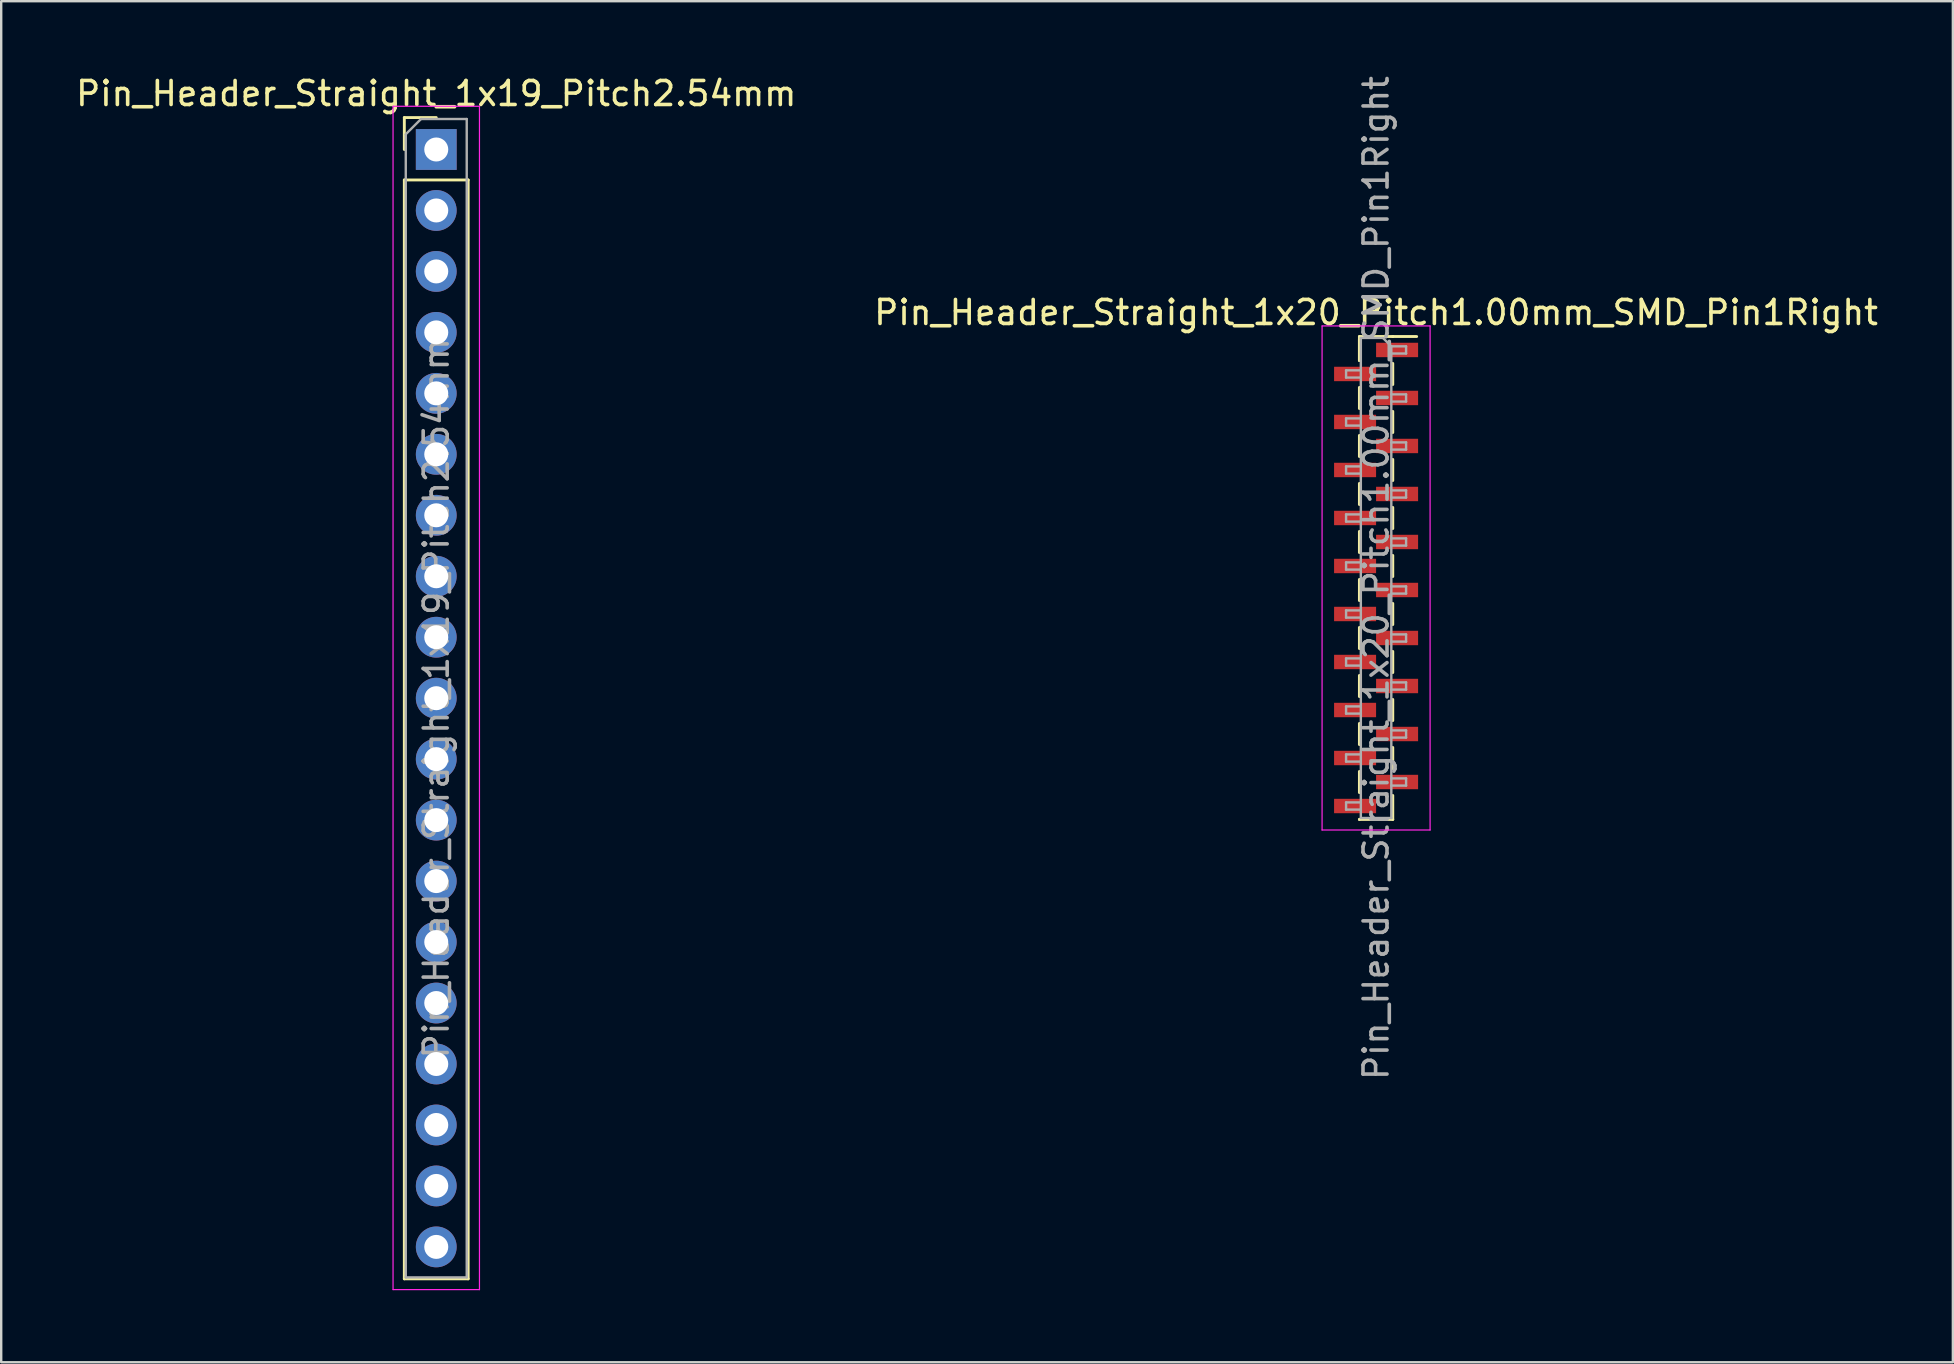
<source format=kicad_pcb>
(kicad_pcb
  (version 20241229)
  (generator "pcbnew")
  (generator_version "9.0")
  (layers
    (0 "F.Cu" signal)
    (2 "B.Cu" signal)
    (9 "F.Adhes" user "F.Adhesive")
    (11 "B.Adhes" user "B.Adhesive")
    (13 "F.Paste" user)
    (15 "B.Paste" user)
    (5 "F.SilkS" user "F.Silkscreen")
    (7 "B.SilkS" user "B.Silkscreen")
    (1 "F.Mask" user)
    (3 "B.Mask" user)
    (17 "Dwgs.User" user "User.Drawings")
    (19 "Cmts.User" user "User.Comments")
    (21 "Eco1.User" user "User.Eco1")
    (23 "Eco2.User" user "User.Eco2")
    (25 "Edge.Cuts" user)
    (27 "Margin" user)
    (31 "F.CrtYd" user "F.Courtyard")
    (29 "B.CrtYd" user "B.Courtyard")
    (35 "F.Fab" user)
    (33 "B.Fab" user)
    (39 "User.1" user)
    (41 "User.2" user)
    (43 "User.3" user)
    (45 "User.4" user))
  (footprint "Pin_Header_Straight_1x19_Pitch2.54mm"
    (layer "F.Cu")
    (at 15.125 3.178)
    (property "Reference" "Pin_Header_Straight_1x19_Pitch2.54mm" (at 0 -2.33 0) (layer "F.SilkS") (effects (font (size 1 1) (thickness 0.15))))
    (attr through_hole)
    (fp_line (start -1.33 -1.33) (end 0 -1.33) (stroke (width 0.12) (type solid)) (layer "F.SilkS"))
    (fp_line (start -1.33 0) (end -1.33 -1.33) (stroke (width 0.12) (type solid)) (layer "F.SilkS"))
    (fp_line (start -1.33 1.27) (end -1.33 47.05) (stroke (width 0.12) (type solid)) (layer "F.SilkS"))
    (fp_line (start -1.33 1.27) (end 1.33 1.27) (stroke (width 0.12) (type solid)) (layer "F.SilkS"))
    (fp_line (start -1.33 47.05) (end 1.33 47.05) (stroke (width 0.12) (type solid)) (layer "F.SilkS"))
    (fp_line (start 1.33 1.27) (end 1.33 47.05) (stroke (width 0.12) (type solid)) (layer "F.SilkS"))
    (fp_line (start -1.8 -1.8) (end -1.8 47.5) (stroke (width 0.05) (type solid)) (layer "F.CrtYd"))
    (fp_line (start -1.8 47.5) (end 1.8 47.5) (stroke (width 0.05) (type solid)) (layer "F.CrtYd"))
    (fp_line (start 1.8 -1.8) (end -1.8 -1.8) (stroke (width 0.05) (type solid)) (layer "F.CrtYd"))
    (fp_line (start 1.8 47.5) (end 1.8 -1.8) (stroke (width 0.05) (type solid)) (layer "F.CrtYd"))
    (fp_line (start -1.27 -0.635) (end -0.635 -1.27) (stroke (width 0.1) (type solid)) (layer "F.Fab"))
    (fp_line (start -1.27 46.99) (end -1.27 -0.635) (stroke (width 0.1) (type solid)) (layer "F.Fab"))
    (fp_line (start -0.635 -1.27) (end 1.27 -1.27) (stroke (width 0.1) (type solid)) (layer "F.Fab"))
    (fp_line (start 1.27 -1.27) (end 1.27 46.99) (stroke (width 0.1) (type solid)) (layer "F.Fab"))
    (fp_line (start 1.27 46.99) (end -1.27 46.99) (stroke (width 0.1) (type solid)) (layer "F.Fab"))
    (fp_text user "${REFERENCE}" (at 0 22.86 90) (layer "F.Fab") (effects (font (size 1 1) (thickness 0.15))))
    (pad "1" thru_hole rect (at 0 0) (size 1.7 1.7) (drill 1) (layers "*.Cu" "*.Mask"))
    (pad "2" thru_hole oval (at 0 2.54) (size 1.7 1.7) (drill 1) (layers "*.Cu" "*.Mask"))
    (pad "3" thru_hole oval (at 0 5.08) (size 1.7 1.7) (drill 1) (layers "*.Cu" "*.Mask"))
    (pad "4" thru_hole oval (at 0 7.62) (size 1.7 1.7) (drill 1) (layers "*.Cu" "*.Mask"))
    (pad "5" thru_hole oval (at 0 10.16) (size 1.7 1.7) (drill 1) (layers "*.Cu" "*.Mask"))
    (pad "6" thru_hole oval (at 0 12.7) (size 1.7 1.7) (drill 1) (layers "*.Cu" "*.Mask"))
    (pad "7" thru_hole oval (at 0 15.24) (size 1.7 1.7) (drill 1) (layers "*.Cu" "*.Mask"))
    (pad "8" thru_hole oval (at 0 17.78) (size 1.7 1.7) (drill 1) (layers "*.Cu" "*.Mask"))
    (pad "9" thru_hole oval (at 0 20.32) (size 1.7 1.7) (drill 1) (layers "*.Cu" "*.Mask"))
    (pad "10" thru_hole oval (at 0 22.86) (size 1.7 1.7) (drill 1) (layers "*.Cu" "*.Mask"))
    (pad "11" thru_hole oval (at 0 25.4) (size 1.7 1.7) (drill 1) (layers "*.Cu" "*.Mask"))
    (pad "12" thru_hole oval (at 0 27.94) (size 1.7 1.7) (drill 1) (layers "*.Cu" "*.Mask"))
    (pad "13" thru_hole oval (at 0 30.48) (size 1.7 1.7) (drill 1) (layers "*.Cu" "*.Mask"))
    (pad "14" thru_hole oval (at 0 33.02) (size 1.7 1.7) (drill 1) (layers "*.Cu" "*.Mask"))
    (pad "15" thru_hole oval (at 0 35.56) (size 1.7 1.7) (drill 1) (layers "*.Cu" "*.Mask"))
    (pad "16" thru_hole oval (at 0 38.1) (size 1.7 1.7) (drill 1) (layers "*.Cu" "*.Mask"))
    (pad "17" thru_hole oval (at 0 40.64) (size 1.7 1.7) (drill 1) (layers "*.Cu" "*.Mask"))
    (pad "18" thru_hole oval (at 0 43.18) (size 1.7 1.7) (drill 1) (layers "*.Cu" "*.Mask"))
    (pad "19" thru_hole oval (at 0 45.72) (size 1.7 1.7) (drill 1) (layers "*.Cu" "*.Mask")))
  (footprint "Pin_Header_Straight_1x20_Pitch1.00mm_SMD_Pin1Right"
    (layer "F.Cu")
    (at 54.28 21.03)
    (property "Reference" "Pin_Header_Straight_1x20_Pitch1.00mm_SMD_Pin1Right" (at 0 -11.06 0) (layer "F.SilkS") (effects (font (size 1 1) (thickness 0.15))))
    (attr smd)
    (fp_line (start -0.695 -10.06) (end -0.695 -9.06) (stroke (width 0.12) (type solid)) (layer "F.SilkS"))
    (fp_line (start -0.695 -10.06) (end 0.695 -10.06) (stroke (width 0.12) (type solid)) (layer "F.SilkS"))
    (fp_line (start -0.695 -9.94) (end -0.695 -9.06) (stroke (width 0.12) (type solid)) (layer "F.SilkS"))
    (fp_line (start -0.695 -7.94) (end -0.695 -7.06) (stroke (width 0.12) (type solid)) (layer "F.SilkS"))
    (fp_line (start -0.695 -5.94) (end -0.695 -5.06) (stroke (width 0.12) (type solid)) (layer "F.SilkS"))
    (fp_line (start -0.695 -3.94) (end -0.695 -3.06) (stroke (width 0.12) (type solid)) (layer "F.SilkS"))
    (fp_line (start -0.695 -1.94) (end -0.695 -1.06) (stroke (width 0.12) (type solid)) (layer "F.SilkS"))
    (fp_line (start -0.695 0.06) (end -0.695 0.94) (stroke (width 0.12) (type solid)) (layer "F.SilkS"))
    (fp_line (start -0.695 2.06) (end -0.695 2.94) (stroke (width 0.12) (type solid)) (layer "F.SilkS"))
    (fp_line (start -0.695 4.06) (end -0.695 4.94) (stroke (width 0.12) (type solid)) (layer "F.SilkS"))
    (fp_line (start -0.695 6.06) (end -0.695 6.94) (stroke (width 0.12) (type solid)) (layer "F.SilkS"))
    (fp_line (start -0.695 8.06) (end -0.695 8.94) (stroke (width 0.12) (type solid)) (layer "F.SilkS"))
    (fp_line (start -0.695 10.06) (end -0.695 10.06) (stroke (width 0.12) (type solid)) (layer "F.SilkS"))
    (fp_line (start -0.695 10.06) (end 0.695 10.06) (stroke (width 0.12) (type solid)) (layer "F.SilkS"))
    (fp_line (start 0.695 -10.06) (end 0.695 -10.06) (stroke (width 0.12) (type solid)) (layer "F.SilkS"))
    (fp_line (start 0.695 -10.06) (end 1.69 -10.06) (stroke (width 0.12) (type solid)) (layer "F.SilkS"))
    (fp_line (start 0.695 -8.94) (end 0.695 -8.06) (stroke (width 0.12) (type solid)) (layer "F.SilkS"))
    (fp_line (start 0.695 -6.94) (end 0.695 -6.06) (stroke (width 0.12) (type solid)) (layer "F.SilkS"))
    (fp_line (start 0.695 -4.94) (end 0.695 -4.06) (stroke (width 0.12) (type solid)) (layer "F.SilkS"))
    (fp_line (start 0.695 -2.94) (end 0.695 -2.06) (stroke (width 0.12) (type solid)) (layer "F.SilkS"))
    (fp_line (start 0.695 -0.94) (end 0.695 -0.06) (stroke (width 0.12) (type solid)) (layer "F.SilkS"))
    (fp_line (start 0.695 1.06) (end 0.695 1.94) (stroke (width 0.12) (type solid)) (layer "F.SilkS"))
    (fp_line (start 0.695 3.06) (end 0.695 3.94) (stroke (width 0.12) (type solid)) (layer "F.SilkS"))
    (fp_line (start 0.695 5.06) (end 0.695 5.94) (stroke (width 0.12) (type solid)) (layer "F.SilkS"))
    (fp_line (start 0.695 7.06) (end 0.695 7.94) (stroke (width 0.12) (type solid)) (layer "F.SilkS"))
    (fp_line (start 0.695 9.06) (end 0.695 10.06) (stroke (width 0.12) (type solid)) (layer "F.SilkS"))
    (fp_line (start -2.25 -10.5) (end -2.25 10.5) (stroke (width 0.05) (type solid)) (layer "F.CrtYd"))
    (fp_line (start -2.25 10.5) (end 2.25 10.5) (stroke (width 0.05) (type solid)) (layer "F.CrtYd"))
    (fp_line (start 2.25 -10.5) (end -2.25 -10.5) (stroke (width 0.05) (type solid)) (layer "F.CrtYd"))
    (fp_line (start 2.25 10.5) (end 2.25 -10.5) (stroke (width 0.05) (type solid)) (layer "F.CrtYd"))
    (fp_line (start -1.25 -8.65) (end -1.25 -8.35) (stroke (width 0.1) (type solid)) (layer "F.Fab"))
    (fp_line (start -1.25 -8.35) (end -0.635 -8.35) (stroke (width 0.1) (type solid)) (layer "F.Fab"))
    (fp_line (start -1.25 -6.65) (end -1.25 -6.35) (stroke (width 0.1) (type solid)) (layer "F.Fab"))
    (fp_line (start -1.25 -6.35) (end -0.635 -6.35) (stroke (width 0.1) (type solid)) (layer "F.Fab"))
    (fp_line (start -1.25 -4.65) (end -1.25 -4.35) (stroke (width 0.1) (type solid)) (layer "F.Fab"))
    (fp_line (start -1.25 -4.35) (end -0.635 -4.35) (stroke (width 0.1) (type solid)) (layer "F.Fab"))
    (fp_line (start -1.25 -2.65) (end -1.25 -2.35) (stroke (width 0.1) (type solid)) (layer "F.Fab"))
    (fp_line (start -1.25 -2.35) (end -0.635 -2.35) (stroke (width 0.1) (type solid)) (layer "F.Fab"))
    (fp_line (start -1.25 -0.65) (end -1.25 -0.35) (stroke (width 0.1) (type solid)) (layer "F.Fab"))
    (fp_line (start -1.25 -0.35) (end -0.635 -0.35) (stroke (width 0.1) (type solid)) (layer "F.Fab"))
    (fp_line (start -1.25 1.35) (end -1.25 1.65) (stroke (width 0.1) (type solid)) (layer "F.Fab"))
    (fp_line (start -1.25 1.65) (end -0.635 1.65) (stroke (width 0.1) (type solid)) (layer "F.Fab"))
    (fp_line (start -1.25 3.35) (end -1.25 3.65) (stroke (width 0.1) (type solid)) (layer "F.Fab"))
    (fp_line (start -1.25 3.65) (end -0.635 3.65) (stroke (width 0.1) (type solid)) (layer "F.Fab"))
    (fp_line (start -1.25 5.35) (end -1.25 5.65) (stroke (width 0.1) (type solid)) (layer "F.Fab"))
    (fp_line (start -1.25 5.65) (end -0.635 5.65) (stroke (width 0.1) (type solid)) (layer "F.Fab"))
    (fp_line (start -1.25 7.35) (end -1.25 7.65) (stroke (width 0.1) (type solid)) (layer "F.Fab"))
    (fp_line (start -1.25 7.65) (end -0.635 7.65) (stroke (width 0.1) (type solid)) (layer "F.Fab"))
    (fp_line (start -1.25 9.35) (end -1.25 9.65) (stroke (width 0.1) (type solid)) (layer "F.Fab"))
    (fp_line (start -1.25 9.65) (end -0.635 9.65) (stroke (width 0.1) (type solid)) (layer "F.Fab"))
    (fp_line (start -0.635 -10) (end -0.635 10) (stroke (width 0.1) (type solid)) (layer "F.Fab"))
    (fp_line (start -0.635 -10) (end 0.285 -10) (stroke (width 0.1) (type solid)) (layer "F.Fab"))
    (fp_line (start -0.635 -8.65) (end -1.25 -8.65) (stroke (width 0.1) (type solid)) (layer "F.Fab"))
    (fp_line (start -0.635 -6.65) (end -1.25 -6.65) (stroke (width 0.1) (type solid)) (layer "F.Fab"))
    (fp_line (start -0.635 -4.65) (end -1.25 -4.65) (stroke (width 0.1) (type solid)) (layer "F.Fab"))
    (fp_line (start -0.635 -2.65) (end -1.25 -2.65) (stroke (width 0.1) (type solid)) (layer "F.Fab"))
    (fp_line (start -0.635 -0.65) (end -1.25 -0.65) (stroke (width 0.1) (type solid)) (layer "F.Fab"))
    (fp_line (start -0.635 1.35) (end -1.25 1.35) (stroke (width 0.1) (type solid)) (layer "F.Fab"))
    (fp_line (start -0.635 3.35) (end -1.25 3.35) (stroke (width 0.1) (type solid)) (layer "F.Fab"))
    (fp_line (start -0.635 5.35) (end -1.25 5.35) (stroke (width 0.1) (type solid)) (layer "F.Fab"))
    (fp_line (start -0.635 7.35) (end -1.25 7.35) (stroke (width 0.1) (type solid)) (layer "F.Fab"))
    (fp_line (start -0.635 9.35) (end -1.25 9.35) (stroke (width 0.1) (type solid)) (layer "F.Fab"))
    (fp_line (start 0.635 -9.65) (end 0.285 -10) (stroke (width 0.1) (type solid)) (layer "F.Fab"))
    (fp_line (start 0.635 -9.65) (end 1.25 -9.65) (stroke (width 0.1) (type solid)) (layer "F.Fab"))
    (fp_line (start 0.635 -7.65) (end 1.25 -7.65) (stroke (width 0.1) (type solid)) (layer "F.Fab"))
    (fp_line (start 0.635 -5.65) (end 1.25 -5.65) (stroke (width 0.1) (type solid)) (layer "F.Fab"))
    (fp_line (start 0.635 -3.65) (end 1.25 -3.65) (stroke (width 0.1) (type solid)) (layer "F.Fab"))
    (fp_line (start 0.635 -1.65) (end 1.25 -1.65) (stroke (width 0.1) (type solid)) (layer "F.Fab"))
    (fp_line (start 0.635 0.35) (end 1.25 0.35) (stroke (width 0.1) (type solid)) (layer "F.Fab"))
    (fp_line (start 0.635 2.35) (end 1.25 2.35) (stroke (width 0.1) (type solid)) (layer "F.Fab"))
    (fp_line (start 0.635 4.35) (end 1.25 4.35) (stroke (width 0.1) (type solid)) (layer "F.Fab"))
    (fp_line (start 0.635 6.35) (end 1.25 6.35) (stroke (width 0.1) (type solid)) (layer "F.Fab"))
    (fp_line (start 0.635 8.35) (end 1.25 8.35) (stroke (width 0.1) (type solid)) (layer "F.Fab"))
    (fp_line (start 0.635 10) (end -0.635 10) (stroke (width 0.1) (type solid)) (layer "F.Fab"))
    (fp_line (start 0.635 10) (end 0.635 -9.65) (stroke (width 0.1) (type solid)) (layer "F.Fab"))
    (fp_line (start 1.25 -9.65) (end 1.25 -9.35) (stroke (width 0.1) (type solid)) (layer "F.Fab"))
    (fp_line (start 1.25 -9.35) (end 0.635 -9.35) (stroke (width 0.1) (type solid)) (layer "F.Fab"))
    (fp_line (start 1.25 -7.65) (end 1.25 -7.35) (stroke (width 0.1) (type solid)) (layer "F.Fab"))
    (fp_line (start 1.25 -7.35) (end 0.635 -7.35) (stroke (width 0.1) (type solid)) (layer "F.Fab"))
    (fp_line (start 1.25 -5.65) (end 1.25 -5.35) (stroke (width 0.1) (type solid)) (layer "F.Fab"))
    (fp_line (start 1.25 -5.35) (end 0.635 -5.35) (stroke (width 0.1) (type solid)) (layer "F.Fab"))
    (fp_line (start 1.25 -3.65) (end 1.25 -3.35) (stroke (width 0.1) (type solid)) (layer "F.Fab"))
    (fp_line (start 1.25 -3.35) (end 0.635 -3.35) (stroke (width 0.1) (type solid)) (layer "F.Fab"))
    (fp_line (start 1.25 -1.65) (end 1.25 -1.35) (stroke (width 0.1) (type solid)) (layer "F.Fab"))
    (fp_line (start 1.25 -1.35) (end 0.635 -1.35) (stroke (width 0.1) (type solid)) (layer "F.Fab"))
    (fp_line (start 1.25 0.35) (end 1.25 0.65) (stroke (width 0.1) (type solid)) (layer "F.Fab"))
    (fp_line (start 1.25 0.65) (end 0.635 0.65) (stroke (width 0.1) (type solid)) (layer "F.Fab"))
    (fp_line (start 1.25 2.35) (end 1.25 2.65) (stroke (width 0.1) (type solid)) (layer "F.Fab"))
    (fp_line (start 1.25 2.65) (end 0.635 2.65) (stroke (width 0.1) (type solid)) (layer "F.Fab"))
    (fp_line (start 1.25 4.35) (end 1.25 4.65) (stroke (width 0.1) (type solid)) (layer "F.Fab"))
    (fp_line (start 1.25 4.65) (end 0.635 4.65) (stroke (width 0.1) (type solid)) (layer "F.Fab"))
    (fp_line (start 1.25 6.35) (end 1.25 6.65) (stroke (width 0.1) (type solid)) (layer "F.Fab"))
    (fp_line (start 1.25 6.65) (end 0.635 6.65) (stroke (width 0.1) (type solid)) (layer "F.Fab"))
    (fp_line (start 1.25 8.35) (end 1.25 8.65) (stroke (width 0.1) (type solid)) (layer "F.Fab"))
    (fp_line (start 1.25 8.65) (end 0.635 8.65) (stroke (width 0.1) (type solid)) (layer "F.Fab"))
    (fp_text user "${REFERENCE}" (at 0 0 90) (layer "F.Fab") (effects (font (size 1 1) (thickness 0.15))))
    (pad "1" smd rect (at 0.875 -9.5) (size 1.75 0.6) (layers "F.Cu" "F.Mask" "F.Paste"))
    (pad "2" smd rect (at -0.875 -8.5) (size 1.75 0.6) (layers "F.Cu" "F.Mask" "F.Paste"))
    (pad "3" smd rect (at 0.875 -7.5) (size 1.75 0.6) (layers "F.Cu" "F.Mask" "F.Paste"))
    (pad "4" smd rect (at -0.875 -6.5) (size 1.75 0.6) (layers "F.Cu" "F.Mask" "F.Paste"))
    (pad "5" smd rect (at 0.875 -5.5) (size 1.75 0.6) (layers "F.Cu" "F.Mask" "F.Paste"))
    (pad "6" smd rect (at -0.875 -4.5) (size 1.75 0.6) (layers "F.Cu" "F.Mask" "F.Paste"))
    (pad "7" smd rect (at 0.875 -3.5) (size 1.75 0.6) (layers "F.Cu" "F.Mask" "F.Paste"))
    (pad "8" smd rect (at -0.875 -2.5) (size 1.75 0.6) (layers "F.Cu" "F.Mask" "F.Paste"))
    (pad "9" smd rect (at 0.875 -1.5) (size 1.75 0.6) (layers "F.Cu" "F.Mask" "F.Paste"))
    (pad "10" smd rect (at -0.875 -0.5) (size 1.75 0.6) (layers "F.Cu" "F.Mask" "F.Paste"))
    (pad "11" smd rect (at 0.875 0.5) (size 1.75 0.6) (layers "F.Cu" "F.Mask" "F.Paste"))
    (pad "12" smd rect (at -0.875 1.5) (size 1.75 0.6) (layers "F.Cu" "F.Mask" "F.Paste"))
    (pad "13" smd rect (at 0.875 2.5) (size 1.75 0.6) (layers "F.Cu" "F.Mask" "F.Paste"))
    (pad "14" smd rect (at -0.875 3.5) (size 1.75 0.6) (layers "F.Cu" "F.Mask" "F.Paste"))
    (pad "15" smd rect (at 0.875 4.5) (size 1.75 0.6) (layers "F.Cu" "F.Mask" "F.Paste"))
    (pad "16" smd rect (at -0.875 5.5) (size 1.75 0.6) (layers "F.Cu" "F.Mask" "F.Paste"))
    (pad "17" smd rect (at 0.875 6.5) (size 1.75 0.6) (layers "F.Cu" "F.Mask" "F.Paste"))
    (pad "18" smd rect (at -0.875 7.5) (size 1.75 0.6) (layers "F.Cu" "F.Mask" "F.Paste"))
    (pad "19" smd rect (at 0.875 8.5) (size 1.75 0.6) (layers "F.Cu" "F.Mask" "F.Paste"))
    (pad "20" smd rect (at -0.875 9.5) (size 1.75 0.6) (layers "F.Cu" "F.Mask" "F.Paste")))
  (gr_rect
    (start -3 -3)
    (end 78.31 53.703)
    (stroke (width 0.1) (type default))
    (fill no)
    (layer "Edge.Cuts")))
</source>
